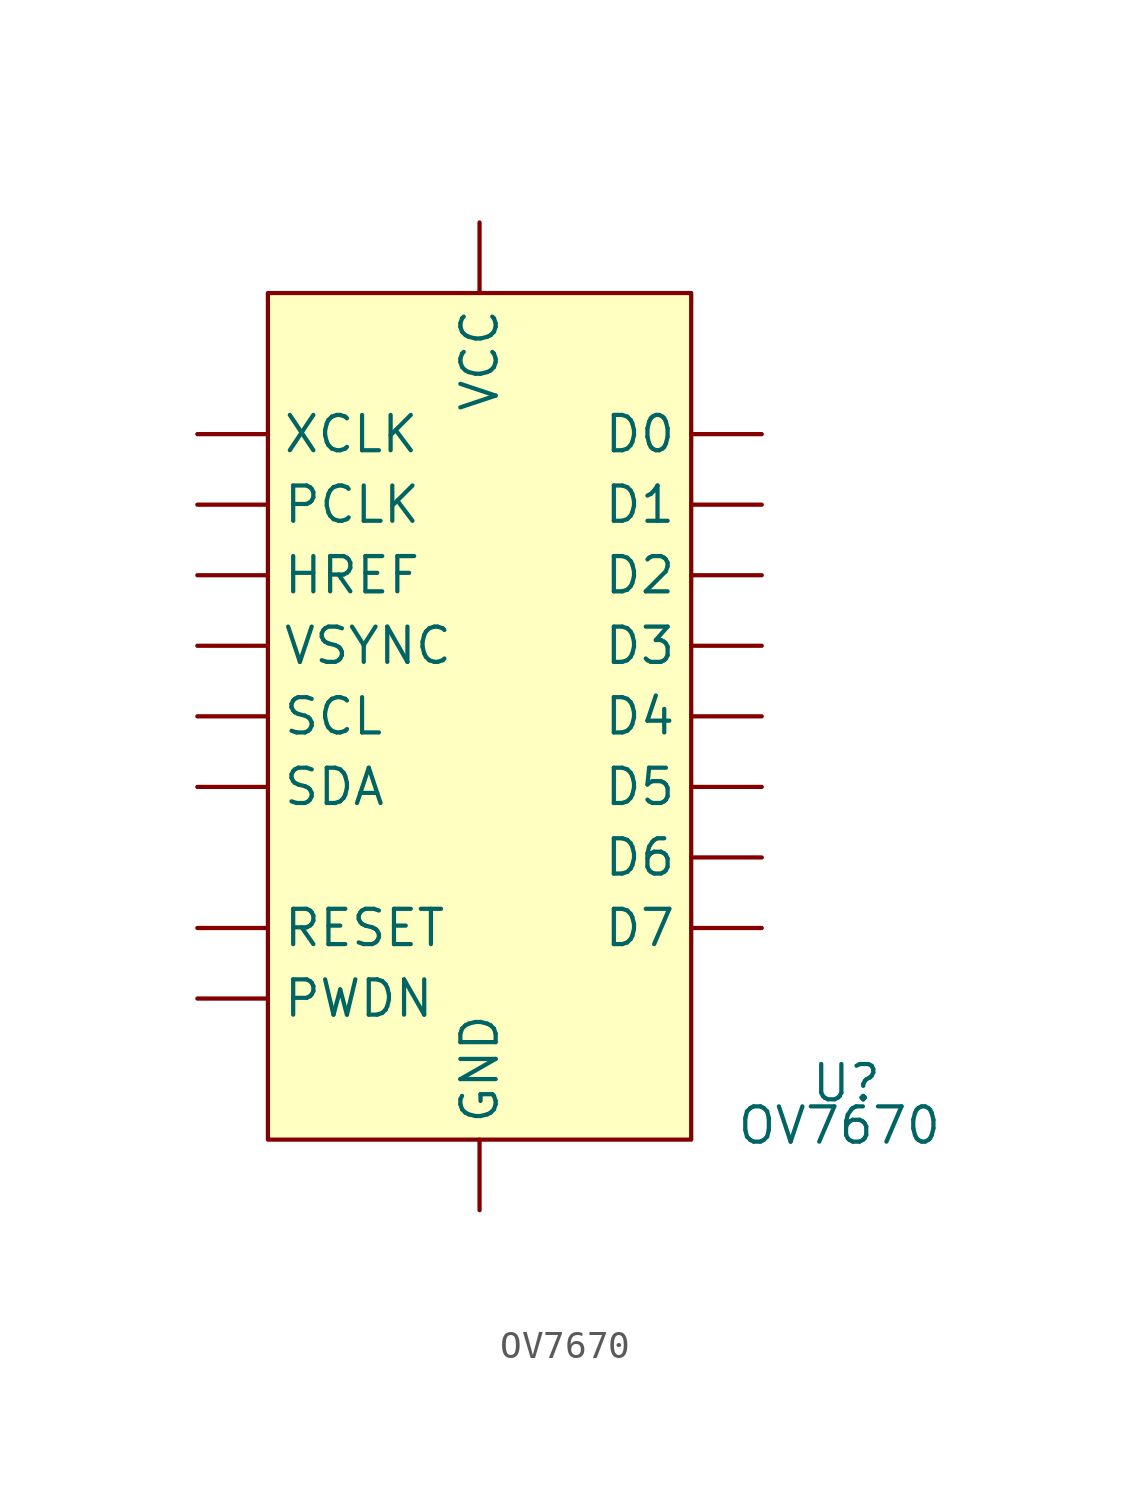
<source format=kicad_sym>
(kicad_symbol_lib
  (version 20231120)
  (generator "kicad_symbol_editor")
  (generator_version "8.0")
  (symbol "OV7670"
    (property "Reference" "U"
      (at 13.208 -13.208 0)
      (effects (font (size 1.27 1.27))))
    (property "Value" "OV7670"
      (at 12.954 -14.732 0)
      (effects (font (size 1.27 1.27))))
    (symbol "OV7670_0_1"
      (rectangle (start -7.62 15.24) (end 7.62 -15.24) (stroke (width 0) (type default)) (fill (type background))))
    (symbol "OV7670_1_1"
      (pin output line (at 10.16 10.16 180) (length 2.54) (name "D0" (effects (font (size 1.27 1.27)))) (number "" (effects (font (size 1.27 1.27)))))
      (pin output line (at 10.16 7.62 180) (length 2.54) (name "D1" (effects (font (size 1.27 1.27)))) (number "" (effects (font (size 1.27 1.27)))))
      (pin output line (at 10.16 5.08 180) (length 2.54) (name "D2" (effects (font (size 1.27 1.27)))) (number "" (effects (font (size 1.27 1.27)))))
      (pin output line (at 10.16 2.54 180) (length 2.54) (name "D3" (effects (font (size 1.27 1.27)))) (number "" (effects (font (size 1.27 1.27)))))
      (pin output line (at 10.16 0 180) (length 2.54) (name "D4" (effects (font (size 1.27 1.27)))) (number "" (effects (font (size 1.27 1.27)))))
      (pin output line (at 10.16 -2.54 180) (length 2.54) (name "D5" (effects (font (size 1.27 1.27)))) (number "" (effects (font (size 1.27 1.27)))))
      (pin output line (at 10.16 -5.08 180) (length 2.54) (name "D6" (effects (font (size 1.27 1.27)))) (number "" (effects (font (size 1.27 1.27)))))
      (pin output line (at 10.16 -7.62 180) (length 2.54) (name "D7" (effects (font (size 1.27 1.27)))) (number "" (effects (font (size 1.27 1.27)))))
      (pin power_in line (at 0 -17.78 90) (length 2.54) (name "GND" (effects (font (size 1.27 1.27)))) (number "" (effects (font (size 1.27 1.27)))))
      (pin input line (at -10.16 5.08 0) (length 2.54) (name "HREF" (effects (font (size 1.27 1.27)))) (number "" (effects (font (size 1.27 1.27)))))
      (pin input line (at -10.16 7.62 0) (length 2.54) (name "PCLK" (effects (font (size 1.27 1.27)))) (number "" (effects (font (size 1.27 1.27)))))
      (pin input line (at -10.16 -10.16 0) (length 2.54) (name "PWDN" (effects (font (size 1.27 1.27)))) (number "" (effects (font (size 1.27 1.27)))))
      (pin input line (at -10.16 -7.62 0) (length 2.54) (name "RESET" (effects (font (size 1.27 1.27)))) (number "" (effects (font (size 1.27 1.27)))))
      (pin bidirectional line (at -10.16 0 0) (length 2.54) (name "SCL" (effects (font (size 1.27 1.27)))) (number "" (effects (font (size 1.27 1.27)))))
      (pin bidirectional line (at -10.16 -2.54 0) (length 2.54) (name "SDA" (effects (font (size 1.27 1.27)))) (number "" (effects (font (size 1.27 1.27)))))
      (pin power_in line (at 0 17.78 270) (length 2.54) (name "VCC" (effects (font (size 1.27 1.27)))) (number "" (effects (font (size 1.27 1.27)))))
      (pin input line (at -10.16 2.54 0) (length 2.54) (name "VSYNC" (effects (font (size 1.27 1.27)))) (number "" (effects (font (size 1.27 1.27)))))
      (pin input line (at -10.16 10.16 0) (length 2.54) (name "XCLK" (effects (font (size 1.27 1.27)))) (number "" (effects (font (size 1.27 1.27))))))))
</source>
